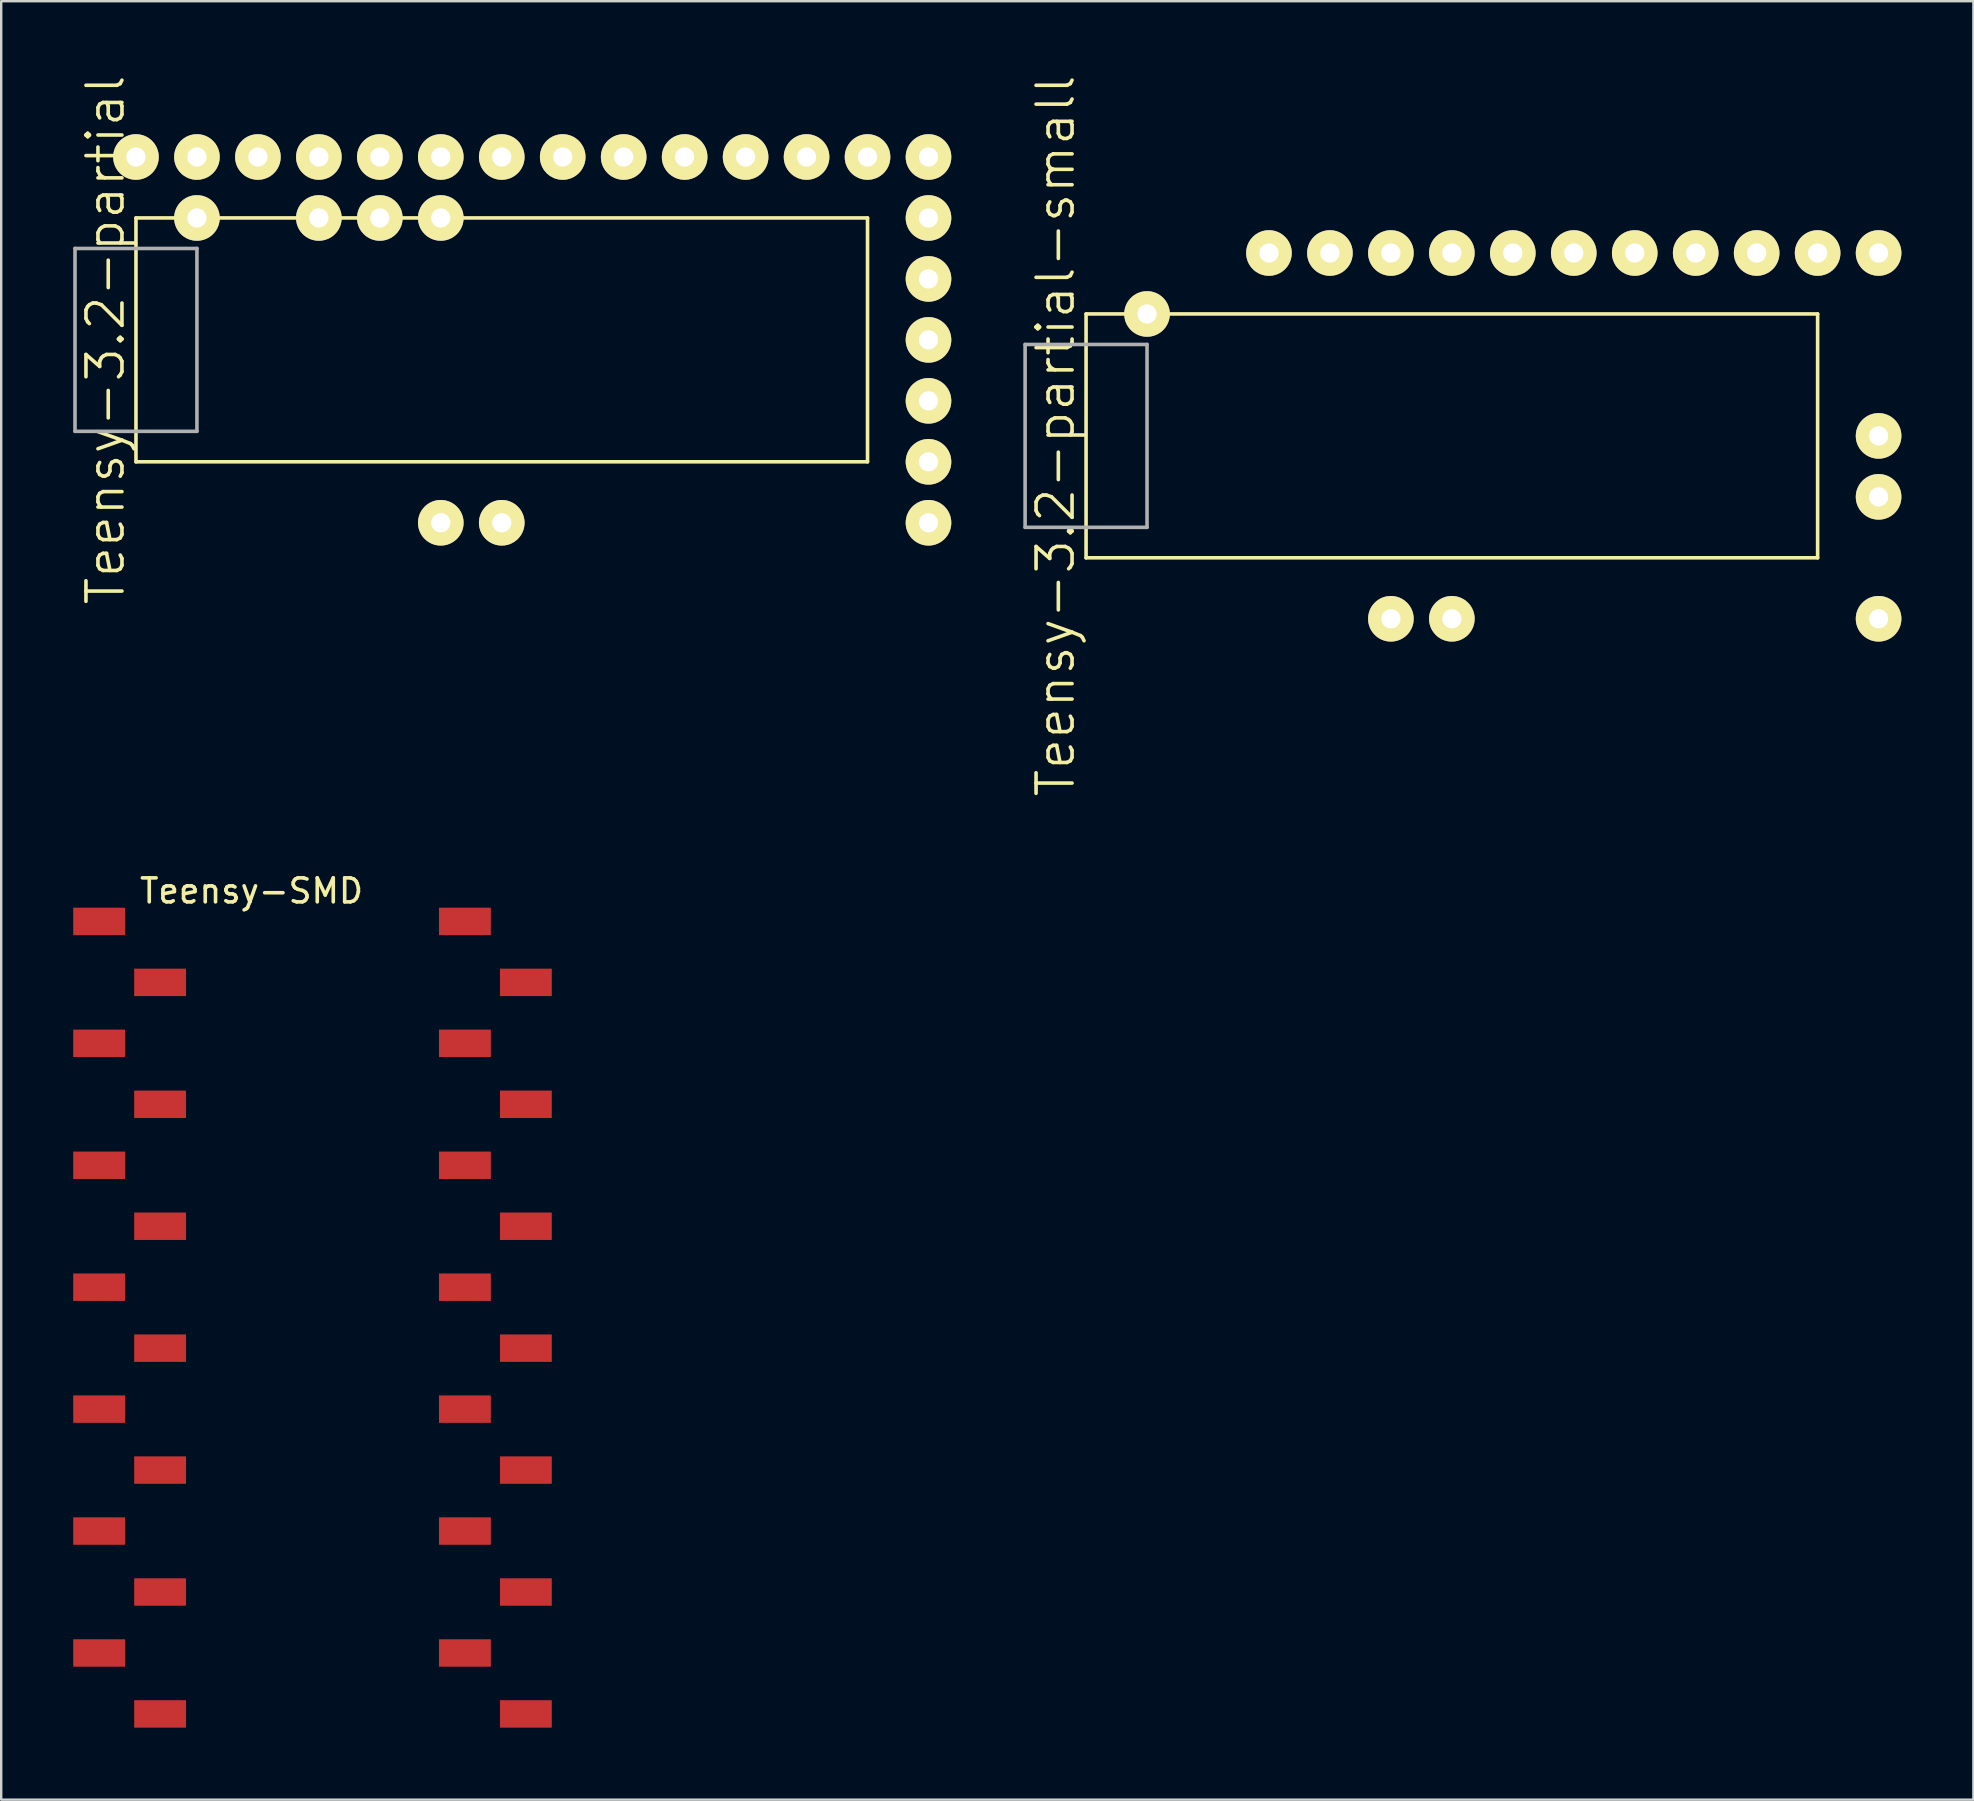
<source format=kicad_pcb>
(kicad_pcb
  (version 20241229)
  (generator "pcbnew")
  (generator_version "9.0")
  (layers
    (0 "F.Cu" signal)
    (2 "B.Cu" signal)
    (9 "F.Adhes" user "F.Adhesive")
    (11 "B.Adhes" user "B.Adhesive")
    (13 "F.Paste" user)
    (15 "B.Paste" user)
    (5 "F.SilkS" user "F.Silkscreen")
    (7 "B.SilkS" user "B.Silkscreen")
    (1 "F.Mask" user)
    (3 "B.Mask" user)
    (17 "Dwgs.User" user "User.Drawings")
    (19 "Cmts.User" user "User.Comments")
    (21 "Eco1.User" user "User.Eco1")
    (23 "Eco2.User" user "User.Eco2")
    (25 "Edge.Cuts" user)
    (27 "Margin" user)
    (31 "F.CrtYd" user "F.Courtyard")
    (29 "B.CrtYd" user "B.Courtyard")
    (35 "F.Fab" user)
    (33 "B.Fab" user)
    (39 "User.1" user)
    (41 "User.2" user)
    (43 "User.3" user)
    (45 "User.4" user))
  (footprint "Teensy-SMD"
    (layer "F.Cu")
    (at 9.97 51.85)
    (property "Reference" "Teensy-SMD" (at -2.54 -17.78 0) (layer "F.SilkS") (effects (font (size 1 1) (thickness 0.15))))
    (attr through_hole)
    (pad "1" smd rect (at -8.89 -16.51) (size 2.159 1.143) (layers "F.Cu" "F.Mask" "F.Paste"))
    (pad "1" smd rect (at -8.89 -11.43) (size 2.159 1.143) (layers "F.Cu" "F.Mask" "F.Paste"))
    (pad "1" smd rect (at -8.89 -6.35) (size 2.159 1.143) (layers "F.Cu" "F.Mask" "F.Paste"))
    (pad "1" smd rect (at -8.89 -1.27) (size 2.159 1.143) (layers "F.Cu" "F.Mask" "F.Paste"))
    (pad "1" smd rect (at -8.89 3.81) (size 2.159 1.143) (layers "F.Cu" "F.Mask" "F.Paste"))
    (pad "1" smd rect (at -8.89 8.89) (size 2.159 1.143) (layers "F.Cu" "F.Mask" "F.Paste"))
    (pad "1" smd rect (at -8.89 13.97) (size 2.159 1.143) (layers "F.Cu" "F.Mask" "F.Paste"))
    (pad "1" smd rect (at -6.35 -13.97) (size 2.159 1.143) (layers "F.Cu" "F.Mask" "F.Paste"))
    (pad "1" smd rect (at -6.35 -8.89) (size 2.159 1.143) (layers "F.Cu" "F.Mask" "F.Paste"))
    (pad "1" smd rect (at -6.35 -3.81) (size 2.159 1.143) (layers "F.Cu" "F.Mask" "F.Paste"))
    (pad "1" smd rect (at -6.35 1.27) (size 2.159 1.143) (layers "F.Cu" "F.Mask" "F.Paste"))
    (pad "1" smd rect (at -6.35 6.35) (size 2.159 1.143) (layers "F.Cu" "F.Mask" "F.Paste"))
    (pad "1" smd rect (at -6.35 11.43) (size 2.159 1.143) (layers "F.Cu" "F.Mask" "F.Paste"))
    (pad "1" smd rect (at -6.35 16.51) (size 2.159 1.143) (layers "F.Cu" "F.Mask" "F.Paste"))
    (pad "1" smd rect (at 6.35 -16.51) (size 2.159 1.143) (layers "F.Cu" "F.Mask" "F.Paste"))
    (pad "1" smd rect (at 6.35 -11.43) (size 2.159 1.143) (layers "F.Cu" "F.Mask" "F.Paste"))
    (pad "1" smd rect (at 6.35 -6.35) (size 2.159 1.143) (layers "F.Cu" "F.Mask" "F.Paste"))
    (pad "1" smd rect (at 6.35 -1.27) (size 2.159 1.143) (layers "F.Cu" "F.Mask" "F.Paste"))
    (pad "1" smd rect (at 6.35 3.81) (size 2.159 1.143) (layers "F.Cu" "F.Mask" "F.Paste"))
    (pad "1" smd rect (at 6.35 8.89) (size 2.159 1.143) (layers "F.Cu" "F.Mask" "F.Paste"))
    (pad "1" smd rect (at 6.35 13.97) (size 2.159 1.143) (layers "F.Cu" "F.Mask" "F.Paste"))
    (pad "1" smd rect (at 8.89 -13.97) (size 2.159 1.143) (layers "F.Cu" "F.Mask" "F.Paste"))
    (pad "1" smd rect (at 8.89 -8.89) (size 2.159 1.143) (layers "F.Cu" "F.Mask" "F.Paste"))
    (pad "1" smd rect (at 8.89 -3.81) (size 2.159 1.143) (layers "F.Cu" "F.Mask" "F.Paste"))
    (pad "1" smd rect (at 8.89 1.27) (size 2.159 1.143) (layers "F.Cu" "F.Mask" "F.Paste"))
    (pad "1" smd rect (at 8.89 6.35) (size 2.159 1.143) (layers "F.Cu" "F.Mask" "F.Paste"))
    (pad "1" smd rect (at 8.89 11.43) (size 2.159 1.143) (layers "F.Cu" "F.Mask" "F.Paste"))
    (pad "1" smd rect (at 8.89 16.51) (size 2.159 1.143) (layers "F.Cu" "F.Mask" "F.Paste")))
  (footprint "Teensy-3.2-partial-small"
    (layer "F.Cu")
    (at 44.74 22.731)
    (property "Reference" "Teensy-3.2-partial-small" (at -3.81 -7.62 90) (layer "F.SilkS") (effects (font (size 1.5 1.5) (thickness 0.15))))
    (attr through_hole)
    (fp_line (start -2.54 -12.7) (end 27.94 -12.7) (stroke (width 0.15) (type solid)) (layer "F.SilkS"))
    (fp_line (start -2.54 -2.54) (end -2.54 -12.7) (stroke (width 0.15) (type solid)) (layer "F.SilkS"))
    (fp_line (start 27.94 -12.7) (end 27.94 -2.54) (stroke (width 0.15) (type solid)) (layer "F.SilkS"))
    (fp_line (start 27.94 -2.54) (end -2.54 -2.54) (stroke (width 0.15) (type solid)) (layer "F.SilkS"))
    (fp_line (start -5.08 -11.43) (end 0 -11.43) (stroke (width 0.15) (type solid)) (layer "F.Fab"))
    (fp_line (start -5.08 -3.81) (end -5.08 -11.43) (stroke (width 0.15) (type solid)) (layer "F.Fab"))
    (fp_line (start 0 -11.43) (end 0 -3.81) (stroke (width 0.15) (type solid)) (layer "F.Fab"))
    (fp_line (start 0 -3.81) (end -5.08 -3.81) (stroke (width 0.15) (type solid)) (layer "F.Fab"))
    (pad "3v3" thru_hole circle (at 30.48 -5.08) (size 1.9 1.9) (drill 0.8) (layers "*.Cu" "*.Mask" "F.SilkS"))
    (pad "4" thru_hole circle (at 10.16 0) (size 1.9 1.9) (drill 0.8) (layers "*.Cu" "*.Mask" "F.SilkS"))
    (pad "5" thru_hole circle (at 12.7 0) (size 1.9 1.9) (drill 0.8) (layers "*.Cu" "*.Mask" "F.SilkS"))
    (pad "12" thru_hole circle (at 30.48 0) (size 1.9 1.9) (drill 0.8) (layers "*.Cu" "*.Mask" "F.SilkS"))
    (pad "13" thru_hole circle (at 30.48 -15.24) (size 1.9 1.9) (drill 0.8) (layers "*.Cu" "*.Mask" "F.SilkS"))
    (pad "14" thru_hole circle (at 27.94 -15.24) (size 1.9 1.9) (drill 0.8) (layers "*.Cu" "*.Mask" "F.SilkS"))
    (pad "15" thru_hole circle (at 25.4 -15.24) (size 1.9 1.9) (drill 0.8) (layers "*.Cu" "*.Mask" "F.SilkS"))
    (pad "16" thru_hole circle (at 22.86 -15.24) (size 1.9 1.9) (drill 0.8) (layers "*.Cu" "*.Mask" "F.SilkS"))
    (pad "17" thru_hole circle (at 20.32 -15.24) (size 1.9 1.9) (drill 0.8) (layers "*.Cu" "*.Mask" "F.SilkS"))
    (pad "18" thru_hole circle (at 17.78 -15.24) (size 1.9 1.9) (drill 0.8) (layers "*.Cu" "*.Mask" "F.SilkS"))
    (pad "19" thru_hole circle (at 15.24 -15.24) (size 1.9 1.9) (drill 0.8) (layers "*.Cu" "*.Mask" "F.SilkS"))
    (pad "20" thru_hole circle (at 12.7 -15.24) (size 1.9 1.9) (drill 0.8) (layers "*.Cu" "*.Mask" "F.SilkS"))
    (pad "21" thru_hole circle (at 10.16 -15.24) (size 1.9 1.9) (drill 0.8) (layers "*.Cu" "*.Mask" "F.SilkS"))
    (pad "22" thru_hole circle (at 7.62 -15.24) (size 1.9 1.9) (drill 0.8) (layers "*.Cu" "*.Mask" "F.SilkS"))
    (pad "23" thru_hole circle (at 5.08 -15.24) (size 1.9 1.9) (drill 0.8) (layers "*.Cu" "*.Mask" "F.SilkS"))
    (pad "GND1" thru_hole circle (at 30.48 -7.62) (size 1.9 1.9) (drill 0.8) (layers "*.Cu" "*.Mask" "F.SilkS"))
    (pad "VUSB" thru_hole circle (at 0 -12.7) (size 1.9 1.9) (drill 0.8) (layers "*.Cu" "*.Mask" "F.SilkS")))
  (footprint "Teensy-3.2-partial"
    (layer "F.Cu")
    (at 5.155 18.731)
    (property "Reference" "Teensy-3.2-partial" (at -3.81 -7.62 90) (layer "F.SilkS") (effects (font (size 1.5 1.5) (thickness 0.15))))
    (attr through_hole)
    (fp_line (start -2.54 -12.7) (end 27.94 -12.7) (stroke (width 0.15) (type solid)) (layer "F.SilkS"))
    (fp_line (start -2.54 -2.54) (end -2.54 -12.7) (stroke (width 0.15) (type solid)) (layer "F.SilkS"))
    (fp_line (start 27.94 -12.7) (end 27.94 -2.54) (stroke (width 0.15) (type solid)) (layer "F.SilkS"))
    (fp_line (start 27.94 -2.54) (end -2.54 -2.54) (stroke (width 0.15) (type solid)) (layer "F.SilkS"))
    (fp_line (start -5.08 -11.43) (end 0 -11.43) (stroke (width 0.15) (type solid)) (layer "F.Fab"))
    (fp_line (start -5.08 -3.81) (end -5.08 -11.43) (stroke (width 0.15) (type solid)) (layer "F.Fab"))
    (fp_line (start 0 -11.43) (end 0 -3.81) (stroke (width 0.15) (type solid)) (layer "F.Fab"))
    (fp_line (start 0 -3.81) (end -5.08 -3.81) (stroke (width 0.15) (type solid)) (layer "F.Fab"))
    (pad "3v3" thru_hole circle (at 2.54 -15.24) (size 1.9 1.9) (drill 0.8) (layers "*.Cu" "*.Mask" "F.SilkS"))
    (pad "3v3" thru_hole circle (at 30.48 -5.08) (size 1.9 1.9) (drill 0.8) (layers "*.Cu" "*.Mask" "F.SilkS"))
    (pad "4" thru_hole circle (at 10.16 0) (size 1.9 1.9) (drill 0.8) (layers "*.Cu" "*.Mask" "F.SilkS"))
    (pad "5" thru_hole circle (at 12.7 0) (size 1.9 1.9) (drill 0.8) (layers "*.Cu" "*.Mask" "F.SilkS"))
    (pad "12" thru_hole circle (at 30.48 0) (size 1.9 1.9) (drill 0.8) (layers "*.Cu" "*.Mask" "F.SilkS"))
    (pad "13" thru_hole circle (at 30.48 -15.24) (size 1.9 1.9) (drill 0.8) (layers "*.Cu" "*.Mask" "F.SilkS"))
    (pad "14" thru_hole circle (at 27.94 -15.24) (size 1.9 1.9) (drill 0.8) (layers "*.Cu" "*.Mask" "F.SilkS"))
    (pad "15" thru_hole circle (at 25.4 -15.24) (size 1.9 1.9) (drill 0.8) (layers "*.Cu" "*.Mask" "F.SilkS"))
    (pad "16" thru_hole circle (at 22.86 -15.24) (size 1.9 1.9) (drill 0.8) (layers "*.Cu" "*.Mask" "F.SilkS"))
    (pad "17" thru_hole circle (at 20.32 -15.24) (size 1.9 1.9) (drill 0.8) (layers "*.Cu" "*.Mask" "F.SilkS"))
    (pad "18" thru_hole circle (at 17.78 -15.24) (size 1.9 1.9) (drill 0.8) (layers "*.Cu" "*.Mask" "F.SilkS"))
    (pad "19" thru_hole circle (at 15.24 -15.24) (size 1.9 1.9) (drill 0.8) (layers "*.Cu" "*.Mask" "F.SilkS"))
    (pad "20" thru_hole circle (at 12.7 -15.24) (size 1.9 1.9) (drill 0.8) (layers "*.Cu" "*.Mask" "F.SilkS"))
    (pad "21" thru_hole circle (at 10.16 -15.24) (size 1.9 1.9) (drill 0.8) (layers "*.Cu" "*.Mask" "F.SilkS"))
    (pad "22" thru_hole circle (at 7.62 -15.24) (size 1.9 1.9) (drill 0.8) (layers "*.Cu" "*.Mask" "F.SilkS"))
    (pad "23" thru_hole circle (at 5.08 -15.24) (size 1.9 1.9) (drill 0.8) (layers "*.Cu" "*.Mask" "F.SilkS"))
    (pad "A10" thru_hole circle (at 7.62 -12.7) (size 1.9 1.9) (drill 0.8) (layers "*.Cu" "*.Mask" "F.SilkS"))
    (pad "A11" thru_hole circle (at 10.16 -12.7) (size 1.9 1.9) (drill 0.8) (layers "*.Cu" "*.Mask" "F.SilkS"))
    (pad "A14" thru_hole circle (at 30.48 -12.7) (size 1.9 1.9) (drill 0.8) (layers "*.Cu" "*.Mask" "F.SilkS"))
    (pad "AGND" thru_hole circle (at 0 -15.24) (size 1.9 1.9) (drill 0.8) (layers "*.Cu" "*.Mask" "F.SilkS"))
    (pad "AREF" thru_hole circle (at 5.08 -12.7) (size 1.9 1.9) (drill 0.8) (layers "*.Cu" "*.Mask" "F.SilkS"))
    (pad "GND1" thru_hole circle (at 30.48 -7.62) (size 1.9 1.9) (drill 0.8) (layers "*.Cu" "*.Mask" "F.SilkS"))
    (pad "PROG" thru_hole circle (at 30.48 -10.16) (size 1.9 1.9) (drill 0.8) (layers "*.Cu" "*.Mask" "F.SilkS"))
    (pad "VBAT" thru_hole circle (at 30.48 -2.54) (size 1.9 1.9) (drill 0.8) (layers "*.Cu" "*.Mask" "F.SilkS"))
    (pad "VUSB" thru_hole circle (at 0 -12.7) (size 1.9 1.9) (drill 0.8) (layers "*.Cu" "*.Mask" "F.SilkS"))
    (pad "Vin" thru_hole circle (at -2.54 -15.24) (size 1.9 1.9) (drill 0.8) (layers "*.Cu" "*.Mask" "F.SilkS")))
  (gr_rect
    (start -3 -3)
    (end 79.17 71.931)
    (stroke (width 0.1) (type default))
    (fill no)
    (layer "Edge.Cuts")))
</source>
